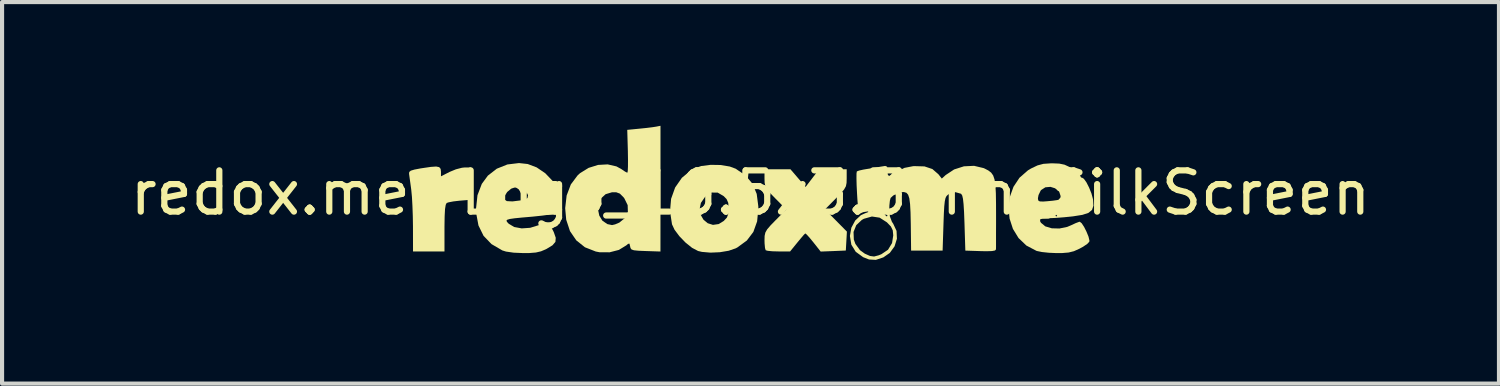
<source format=kicad_pcb>
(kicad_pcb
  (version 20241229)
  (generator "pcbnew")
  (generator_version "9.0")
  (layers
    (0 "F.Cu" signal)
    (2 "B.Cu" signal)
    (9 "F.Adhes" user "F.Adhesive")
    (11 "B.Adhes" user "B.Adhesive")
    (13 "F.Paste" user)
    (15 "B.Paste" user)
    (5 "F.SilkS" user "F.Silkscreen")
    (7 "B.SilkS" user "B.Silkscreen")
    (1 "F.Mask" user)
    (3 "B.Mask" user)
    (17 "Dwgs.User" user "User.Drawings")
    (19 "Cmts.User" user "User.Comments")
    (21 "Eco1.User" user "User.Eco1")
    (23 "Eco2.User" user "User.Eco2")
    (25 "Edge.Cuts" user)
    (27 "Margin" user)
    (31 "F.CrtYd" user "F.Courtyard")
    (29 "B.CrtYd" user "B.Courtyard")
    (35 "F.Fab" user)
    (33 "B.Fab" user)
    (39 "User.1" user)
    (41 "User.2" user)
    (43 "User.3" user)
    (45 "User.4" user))
  (footprint "redox.me-Logo_16.5x3.3mm_SilkScreen"
    (layer "F.Cu")
    (at 15.149 1.626)
    (property "Reference" "redox.me-Logo_16.5x3.3mm_SilkScreen" (at 0 0 0) (layer "F.SilkS") (effects (font (size 1 1) (thickness 0.15))))
    (attr exclude_from_pos_files exclude_from_bom allow_missing_courtyard)
    (fp_poly (pts (xy -7.549 -0.623) (xy -7.514 -0.581) (xy -7.506 -0.511) (xy -7.506 -0.509) (xy -7.506 -0.401) (xy -7.295 -0.508) (xy -7.145 -0.57) (xy -6.998 -0.608) (xy -6.933 -0.615) (xy -6.781 -0.615) (xy -6.794 -0.223) (xy -6.806 0.17) (xy -7.06 0.191) (xy -7.206 0.208) (xy -7.32 0.23) (xy -7.368 0.246) (xy -7.391 0.291) (xy -7.408 0.396) (xy -7.417 0.568) (xy -7.421 0.816) (xy -7.421 0.851) (xy -7.421 1.421) (xy -7.802 1.421) (xy -8.184 1.421) (xy -8.185 0.816) (xy -8.189 0.567) (xy -8.198 0.319) (xy -8.21 0.099) (xy -8.226 -0.067) (xy -8.228 -0.085) (xy -8.25 -0.246) (xy -8.269 -0.382) (xy -8.28 -0.464) (xy -8.275 -0.506) (xy -8.237 -0.538) (xy -8.15 -0.564) (xy -7.998 -0.593) (xy -7.951 -0.6) (xy -7.753 -0.629) (xy -7.623 -0.638)) (stroke (width 0) (type solid)) (fill yes) (layer "F.SilkS"))
    (fp_poly (pts (xy 1.152 -0.358) (xy 1.336 -0.144) (xy 1.5 -0.358) (xy 1.663 -0.572) (xy 1.998 -0.572) (xy 2.332 -0.572) (xy 2.332 -0.351) (xy 2.329 -0.242) (xy 2.313 -0.16) (xy 2.27 -0.083) (xy 2.191 0.011) (xy 2.068 0.137) (xy 1.805 0.403) (xy 2.071 0.671) (xy 2.337 0.94) (xy 2.324 1.17) (xy 2.311 1.399) (xy 2.006 1.412) (xy 1.701 1.424) (xy 1.524 1.2) (xy 1.432 1.088) (xy 1.362 1.011) (xy 1.328 0.984) (xy 1.328 0.984) (xy 1.293 1.018) (xy 1.222 1.101) (xy 1.135 1.206) (xy 0.96 1.421) (xy 0.678 1.421) (xy 0.53 1.417) (xy 0.418 1.406) (xy 0.368 1.392) (xy 0.351 1.337) (xy 0.341 1.226) (xy 0.339 1.15) (xy 0.342 1.043) (xy 0.36 0.962) (xy 0.404 0.885) (xy 0.486 0.789) (xy 0.603 0.669) (xy 0.867 0.403) (xy 0.603 0.137) (xy 0.477 0.007) (xy 0.399 -0.086) (xy 0.358 -0.163) (xy 0.342 -0.246) (xy 0.339 -0.351) (xy 0.339 -0.572) (xy 0.653 -0.572) (xy 0.968 -0.572)) (stroke (width 0) (type solid)) (fill yes) (layer "F.SilkS"))
    (fp_poly (pts (xy -0.726 -0.675) (xy -0.503 -0.638) (xy -0.36 -0.585) (xy -0.121 -0.422) (xy 0.048 -0.221) (xy 0.15 0.026) (xy 0.189 0.327) (xy 0.19 0.382) (xy 0.16 0.693) (xy 0.068 0.949) (xy -0.089 1.156) (xy -0.317 1.323) (xy -0.36 1.346) (xy -0.529 1.404) (xy -0.744 1.44) (xy -0.973 1.45) (xy -1.179 1.432) (xy -1.272 1.41) (xy -1.418 1.333) (xy -1.576 1.206) (xy -1.725 1.052) (xy -1.843 0.894) (xy -1.904 0.763) (xy -1.952 0.447) (xy -1.947 0.39) (xy -1.234 0.39) (xy -1.21 0.531) (xy -1.141 0.651) (xy -1.038 0.737) (xy -0.911 0.777) (xy -0.771 0.757) (xy -0.649 0.682) (xy -0.572 0.599) (xy -0.537 0.503) (xy -0.53 0.382) (xy -0.54 0.244) (xy -0.58 0.152) (xy -0.649 0.081) (xy -0.795 -0.005) (xy -0.937 -0.007) (xy -1.077 0.076) (xy -1.106 0.103) (xy -1.203 0.243) (xy -1.234 0.39) (xy -1.947 0.39) (xy -1.926 0.145) (xy -1.828 -0.129) (xy -1.664 -0.365) (xy -1.438 -0.552) (xy -1.378 -0.586) (xy -1.196 -0.65) (xy -0.968 -0.679)) (stroke (width 0) (type solid)) (fill yes) (layer "F.SilkS"))
    (fp_poly (pts (xy -2.183 -0.101) (xy -2.184 1.423) (xy -2.544 1.411) (xy -2.719 1.404) (xy -2.827 1.393) (xy -2.885 1.373) (xy -2.91 1.339) (xy -2.919 1.3) (xy -2.935 1.232) (xy -2.969 1.237) (xy -3.011 1.273) (xy -3.192 1.384) (xy -3.417 1.442) (xy -3.659 1.441) (xy -3.753 1.423) (xy -4.015 1.32) (xy -4.225 1.152) (xy -4.378 0.928) (xy -4.469 0.652) (xy -4.491 0.409) (xy -3.697 0.409) (xy -3.667 0.553) (xy -3.592 0.675) (xy -3.472 0.758) (xy -3.358 0.782) (xy -3.284 0.765) (xy -3.182 0.722) (xy -3.179 0.72) (xy -3.041 0.608) (xy -2.974 0.462) (xy -2.979 0.298) (xy -3.06 0.133) (xy -3.08 0.107) (xy -3.168 0.019) (xy -3.257 -0.014) (xy -3.362 -0.013) (xy -3.514 0.033) (xy -3.62 0.13) (xy -3.681 0.262) (xy -3.697 0.409) (xy -4.491 0.409) (xy -4.494 0.372) (xy -4.459 0.065) (xy -4.357 -0.204) (xy -4.193 -0.423) (xy -4.135 -0.476) (xy -3.927 -0.605) (xy -3.696 -0.677) (xy -3.464 -0.69) (xy -3.251 -0.641) (xy -3.133 -0.576) (xy -3.046 -0.517) (xy -2.99 -0.488) (xy -2.987 -0.488) (xy -2.977 -0.527) (xy -2.972 -0.636) (xy -2.971 -0.796) (xy -2.974 -0.993) (xy -2.974 -1.007) (xy -2.989 -1.527) (xy -2.693 -1.556) (xy -2.526 -1.573) (xy -2.38 -1.591) (xy -2.289 -1.605) (xy -2.183 -1.626)) (stroke (width 0) (type solid)) (fill yes) (layer "F.SilkS"))
    (fp_poly (pts (xy -5.403 -0.699) (xy -5.186 -0.617) (xy -4.976 -0.474) (xy -4.8 -0.29) (xy -4.702 -0.129) (xy -4.652 0.021) (xy -4.628 0.186) (xy -4.628 0.337) (xy -4.655 0.449) (xy -4.679 0.482) (xy -4.741 0.504) (xy -4.87 0.528) (xy -5.047 0.552) (xy -5.255 0.574) (xy -5.283 0.577) (xy -5.539 0.599) (xy -5.72 0.617) (xy -5.837 0.634) (xy -5.9 0.653) (xy -5.919 0.676) (xy -5.903 0.707) (xy -5.863 0.749) (xy -5.863 0.75) (xy -5.729 0.829) (xy -5.548 0.862) (xy -5.344 0.848) (xy -5.152 0.789) (xy -5.017 0.737) (xy -4.926 0.735) (xy -4.857 0.791) (xy -4.789 0.915) (xy -4.769 0.957) (xy -4.723 1.09) (xy -4.731 1.189) (xy -4.802 1.272) (xy -4.945 1.359) (xy -4.962 1.368) (xy -5.08 1.418) (xy -5.204 1.447) (xy -5.365 1.46) (xy -5.511 1.461) (xy -5.744 1.451) (xy -5.93 1.424) (xy -6.019 1.396) (xy -6.281 1.243) (xy -6.474 1.042) (xy -6.597 0.791) (xy -6.653 0.491) (xy -6.656 0.382) (xy -6.632 0.163) (xy -5.966 0.163) (xy -5.907 0.201) (xy -5.773 0.208) (xy -5.569 0.183) (xy -5.481 0.166) (xy -5.408 0.125) (xy -5.395 0.058) (xy -5.432 -0.019) (xy -5.505 -0.089) (xy -5.604 -0.134) (xy -5.692 -0.14) (xy -5.803 -0.101) (xy -5.9 -0.021) (xy -5.961 0.076) (xy -5.966 0.163) (xy -6.632 0.163) (xy -6.621 0.058) (xy -6.516 -0.217) (xy -6.369 -0.417) (xy -6.153 -0.585) (xy -5.896 -0.688) (xy -5.614 -0.722)) (stroke (width 0) (type solid)) (fill yes) (layer "F.SilkS"))
    (fp_poly (pts (xy 7.486 -0.709) (xy 7.613 -0.683) (xy 7.733 -0.628) (xy 7.802 -0.586) (xy 7.912 -0.508) (xy 7.982 -0.441) (xy 7.997 -0.408) (xy 8.017 -0.369) (xy 8.035 -0.37) (xy 8.083 -0.341) (xy 8.146 -0.253) (xy 8.21 -0.127) (xy 8.267 0.015) (xy 8.304 0.152) (xy 8.307 0.172) (xy 8.315 0.312) (xy 8.281 0.414) (xy 8.196 0.485) (xy 8.048 0.534) (xy 7.827 0.569) (xy 7.796 0.573) (xy 7.595 0.593) (xy 7.4 0.608) (xy 7.245 0.615) (xy 7.213 0.616) (xy 7.081 0.622) (xy 7.021 0.646) (xy 7.024 0.693) (xy 7.044 0.727) (xy 7.148 0.813) (xy 7.305 0.86) (xy 7.49 0.865) (xy 7.679 0.826) (xy 7.774 0.786) (xy 7.886 0.734) (xy 7.967 0.704) (xy 7.984 0.701) (xy 8.03 0.737) (xy 8.089 0.827) (xy 8.148 0.945) (xy 8.196 1.063) (xy 8.218 1.156) (xy 8.215 1.185) (xy 8.166 1.238) (xy 8.064 1.307) (xy 7.974 1.356) (xy 7.842 1.415) (xy 7.714 1.447) (xy 7.559 1.46) (xy 7.416 1.461) (xy 7.233 1.453) (xy 7.065 1.435) (xy 6.944 1.41) (xy 6.932 1.406) (xy 6.689 1.278) (xy 6.499 1.096) (xy 6.363 0.874) (xy 6.282 0.625) (xy 6.275 0.553) (xy 7.393 0.553) (xy 7.414 0.574) (xy 7.435 0.553) (xy 7.414 0.532) (xy 7.393 0.553) (xy 6.275 0.553) (xy 6.256 0.363) (xy 6.284 0.132) (xy 6.969 0.132) (xy 6.976 0.184) (xy 7.013 0.208) (xy 7.099 0.211) (xy 7.191 0.204) (xy 7.328 0.191) (xy 7.433 0.176) (xy 7.467 0.169) (xy 7.513 0.118) (xy 7.52 0.08) (xy 7.484 -0.03) (xy 7.393 -0.108) (xy 7.273 -0.145) (xy 7.149 -0.134) (xy 7.048 -0.069) (xy 7.035 -0.053) (xy 6.984 0.053) (xy 6.969 0.132) (xy 6.284 0.132) (xy 6.287 0.102) (xy 6.376 -0.146) (xy 6.522 -0.366) (xy 6.728 -0.546) (xy 6.802 -0.59) (xy 6.959 -0.665) (xy 7.102 -0.703) (xy 7.277 -0.715) (xy 7.314 -0.716)) (stroke (width 0) (type solid)) (fill yes) (layer "F.SilkS"))
    (fp_poly (pts (xy 5.652 -0.6) (xy 5.677 -0.589) (xy 5.767 -0.542) (xy 5.835 -0.49) (xy 5.884 -0.421) (xy 5.917 -0.323) (xy 5.938 -0.185) (xy 5.949 0.006) (xy 5.953 0.261) (xy 5.954 0.5) (xy 5.954 0.757) (xy 5.953 0.987) (xy 5.953 1.175) (xy 5.953 1.307) (xy 5.952 1.369) (xy 5.952 1.371) (xy 5.929 1.398) (xy 5.854 1.412) (xy 5.715 1.416) (xy 5.58 1.413) (xy 5.209 1.401) (xy 5.188 0.731) (xy 5.178 0.467) (xy 5.166 0.275) (xy 5.152 0.146) (xy 5.134 0.067) (xy 5.109 0.027) (xy 5.103 0.022) (xy 4.97 -0.016) (xy 4.829 0.019) (xy 4.785 0.047) (xy 4.752 0.079) (xy 4.728 0.127) (xy 4.711 0.204) (xy 4.698 0.325) (xy 4.688 0.503) (xy 4.679 0.751) (xy 4.679 0.756) (xy 4.658 1.401) (xy 4.276 1.401) (xy 3.894 1.401) (xy 3.886 0.75) (xy 3.88 0.475) (xy 3.869 0.273) (xy 3.851 0.134) (xy 3.822 0.046) (xy 3.781 -0.001) (xy 3.724 -0.018) (xy 3.696 -0.02) (xy 3.579 0.005) (xy 3.461 0.065) (xy 3.397 0.124) (xy 3.379 0.191) (xy 3.367 0.31) (xy 3.365 0.395) (xy 3.379 0.571) (xy 3.429 0.703) (xy 3.46 0.749) (xy 3.541 0.923) (xy 3.55 1.113) (xy 3.493 1.297) (xy 3.377 1.457) (xy 3.221 1.565) (xy 3.039 1.626) (xy 2.873 1.616) (xy 2.731 1.56) (xy 2.551 1.429) (xy 2.445 1.258) (xy 2.41 1.045) (xy 2.427 0.949) (xy 2.498 0.949) (xy 2.505 1.133) (xy 2.543 1.238) (xy 2.654 1.39) (xy 2.771 1.475) (xy 2.898 1.531) (xy 2.996 1.544) (xy 3.107 1.515) (xy 3.172 1.489) (xy 3.334 1.38) (xy 3.432 1.218) (xy 3.461 1.031) (xy 3.449 0.909) (xy 3.403 0.815) (xy 3.307 0.715) (xy 3.131 0.602) (xy 2.944 0.574) (xy 2.749 0.629) (xy 2.699 0.657) (xy 2.564 0.784) (xy 2.498 0.949) (xy 2.427 0.949) (xy 2.445 0.846) (xy 2.539 0.671) (xy 2.676 0.542) (xy 2.766 0.501) (xy 3.244 0.501) (xy 3.254 0.525) (xy 3.297 0.57) (xy 3.322 0.561) (xy 3.322 0.555) (xy 3.292 0.519) (xy 3.273 0.506) (xy 3.244 0.501) (xy 2.766 0.501) (xy 2.783 0.494) (xy 2.822 0.479) (xy 3.086 0.479) (xy 3.128 0.486) (xy 3.183 0.478) (xy 3.183 0.463) (xy 3.127 0.453) (xy 3.102 0.46) (xy 3.086 0.479) (xy 2.822 0.479) (xy 2.852 0.467) (xy 2.854 0.452) (xy 2.842 0.451) (xy 2.739 0.467) (xy 2.689 0.487) (xy 2.657 0.499) (xy 2.634 0.483) (xy 2.617 0.429) (xy 2.616 0.418) (xy 2.954 0.418) (xy 2.96 0.444) (xy 2.983 0.447) (xy 3.018 0.431) (xy 3.011 0.418) (xy 2.961 0.413) (xy 2.954 0.418) (xy 2.616 0.418) (xy 2.604 0.322) (xy 2.591 0.151) (xy 2.583 0.017) (xy 2.573 -0.183) (xy 2.569 -0.35) (xy 2.57 -0.468) (xy 2.578 -0.519) (xy 2.578 -0.519) (xy 2.631 -0.54) (xy 2.738 -0.564) (xy 2.803 -0.575) (xy 2.965 -0.601) (xy 3.124 -0.629) (xy 3.163 -0.636) (xy 3.266 -0.652) (xy 3.311 -0.635) (xy 3.322 -0.57) (xy 3.322 -0.534) (xy 3.328 -0.445) (xy 3.355 -0.41) (xy 3.419 -0.429) (xy 3.534 -0.501) (xy 3.556 -0.516) (xy 3.731 -0.605) (xy 3.941 -0.646) (xy 3.969 -0.648) (xy 4.218 -0.641) (xy 4.41 -0.577) (xy 4.553 -0.453) (xy 4.554 -0.453) (xy 4.638 -0.346) (xy 4.733 -0.432) (xy 4.937 -0.567) (xy 5.175 -0.643) (xy 5.421 -0.655)) (stroke (width 0) (type solid)) (fill yes) (layer "F.SilkS")))
  (gr_rect
    (start -3 -3)
    (end 33.298 6.252)
    (stroke (width 0.1) (type default))
    (fill no)
    (layer "Edge.Cuts")))
</source>
